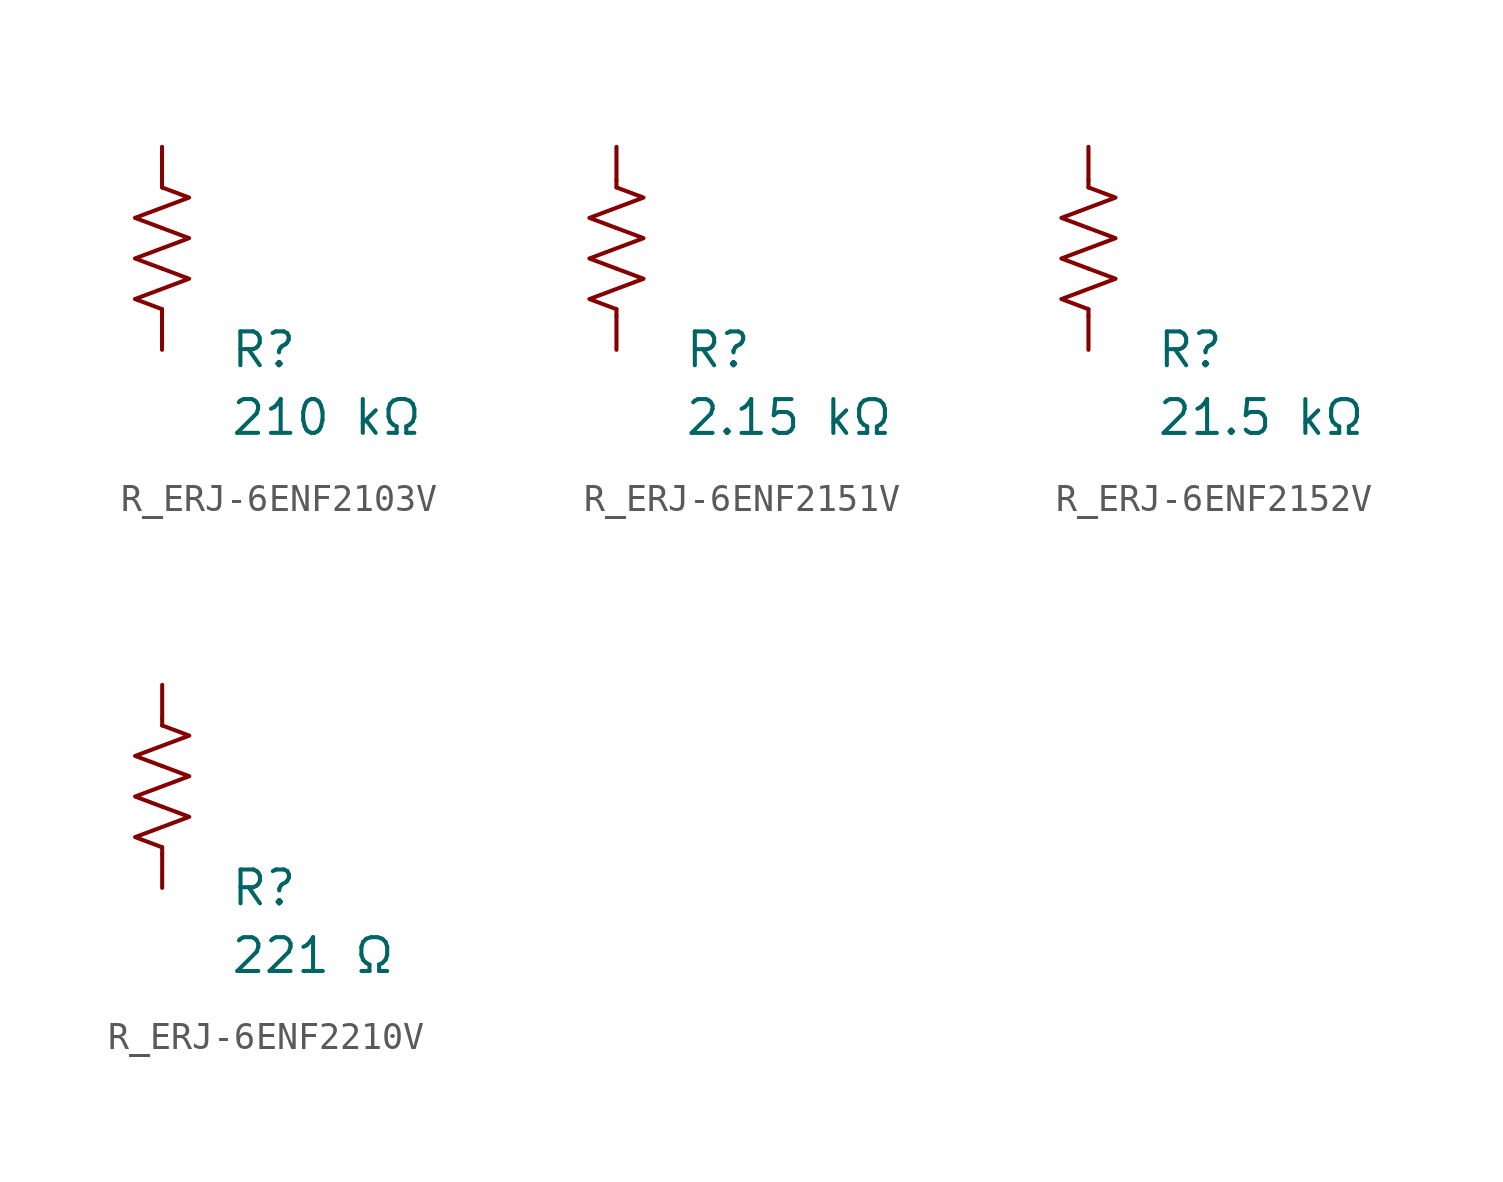
<source format=kicad_sym>
(kicad_symbol_lib
  (version 20231120)
  (generator "kicad_symbol_editor")
  (generator_version "8.0")
  (symbol "R_ERJ-6ENF2103V"
    (pin_numbers hide)
    (pin_names
      (offset 0))
    (property "Reference" "R"
      (at 2.54 -3.81 0)
      (effects (font (size 1.27 1.27)) (justify left))
      (show_name no))
    (property "Value" "210 kΩ"
      (at 2.54 -6.35 0)
      (effects (font (size 1.27 1.27)) (justify left))
      (show_name no))
    (symbol "R_ERJ-6ENF2103V_0_1"
      (polyline (pts (xy 0 -2.286) (xy 0 -2.54)) (stroke (width 0) (type default)) (fill (type none)))
      (polyline (pts (xy 0 2.286) (xy 0 2.54)) (stroke (width 0) (type default)) (fill (type none)))
      (polyline (pts (xy 0 -0.762) (xy 1.016 -1.143) (xy 0 -1.524) (xy -1.016 -1.905) (xy 0 -2.286)) (stroke (width 0) (type default)) (fill (type none)))
      (polyline (pts (xy 0 0.762) (xy 1.016 0.381) (xy 0 0) (xy -1.016 -0.381) (xy 0 -0.762)) (stroke (width 0) (type default)) (fill (type none)))
      (polyline (pts (xy 0 2.286) (xy 1.016 1.905) (xy 0 1.524) (xy -1.016 1.143) (xy 0 0.762)) (stroke (width 0) (type default)) (fill (type none))))
    (symbol "R_ERJ-6ENF2103V_1_1"
      (pin passive line (at 0 3.81 270) (length 1.27) (name "~" (effects (font (size 1.27 1.27)))) (number "1" (effects (font (size 1.27 1.27)))))
      (pin passive line (at 0 -3.81 90) (length 1.27) (name "~" (effects (font (size 1.27 1.27)))) (number "2" (effects (font (size 1.27 1.27)))))))
  (symbol "R_ERJ-6ENF2151V"
    (pin_numbers hide)
    (pin_names
      (offset 0))
    (property "Reference" "R"
      (at 2.54 -3.81 0)
      (effects (font (size 1.27 1.27)) (justify left))
      (show_name no))
    (property "Value" "2.15 kΩ"
      (at 2.54 -6.35 0)
      (effects (font (size 1.27 1.27)) (justify left))
      (show_name no))
    (symbol "R_ERJ-6ENF2151V_0_1"
      (polyline (pts (xy 0 -2.286) (xy 0 -2.54)) (stroke (width 0) (type default)) (fill (type none)))
      (polyline (pts (xy 0 2.286) (xy 0 2.54)) (stroke (width 0) (type default)) (fill (type none)))
      (polyline (pts (xy 0 -0.762) (xy 1.016 -1.143) (xy 0 -1.524) (xy -1.016 -1.905) (xy 0 -2.286)) (stroke (width 0) (type default)) (fill (type none)))
      (polyline (pts (xy 0 0.762) (xy 1.016 0.381) (xy 0 0) (xy -1.016 -0.381) (xy 0 -0.762)) (stroke (width 0) (type default)) (fill (type none)))
      (polyline (pts (xy 0 2.286) (xy 1.016 1.905) (xy 0 1.524) (xy -1.016 1.143) (xy 0 0.762)) (stroke (width 0) (type default)) (fill (type none))))
    (symbol "R_ERJ-6ENF2151V_1_1"
      (pin passive line (at 0 3.81 270) (length 1.27) (name "~" (effects (font (size 1.27 1.27)))) (number "1" (effects (font (size 1.27 1.27)))))
      (pin passive line (at 0 -3.81 90) (length 1.27) (name "~" (effects (font (size 1.27 1.27)))) (number "2" (effects (font (size 1.27 1.27)))))))
  (symbol "R_ERJ-6ENF2152V"
    (pin_numbers hide)
    (pin_names
      (offset 0))
    (property "Reference" "R"
      (at 2.54 -3.81 0)
      (effects (font (size 1.27 1.27)) (justify left))
      (show_name no))
    (property "Value" "21.5 kΩ"
      (at 2.54 -6.35 0)
      (effects (font (size 1.27 1.27)) (justify left))
      (show_name no))
    (symbol "R_ERJ-6ENF2152V_0_1"
      (polyline (pts (xy 0 -2.286) (xy 0 -2.54)) (stroke (width 0) (type default)) (fill (type none)))
      (polyline (pts (xy 0 2.286) (xy 0 2.54)) (stroke (width 0) (type default)) (fill (type none)))
      (polyline (pts (xy 0 -0.762) (xy 1.016 -1.143) (xy 0 -1.524) (xy -1.016 -1.905) (xy 0 -2.286)) (stroke (width 0) (type default)) (fill (type none)))
      (polyline (pts (xy 0 0.762) (xy 1.016 0.381) (xy 0 0) (xy -1.016 -0.381) (xy 0 -0.762)) (stroke (width 0) (type default)) (fill (type none)))
      (polyline (pts (xy 0 2.286) (xy 1.016 1.905) (xy 0 1.524) (xy -1.016 1.143) (xy 0 0.762)) (stroke (width 0) (type default)) (fill (type none))))
    (symbol "R_ERJ-6ENF2152V_1_1"
      (pin passive line (at 0 3.81 270) (length 1.27) (name "~" (effects (font (size 1.27 1.27)))) (number "1" (effects (font (size 1.27 1.27)))))
      (pin passive line (at 0 -3.81 90) (length 1.27) (name "~" (effects (font (size 1.27 1.27)))) (number "2" (effects (font (size 1.27 1.27)))))))
  (symbol "R_ERJ-6ENF2210V"
    (pin_numbers hide)
    (pin_names
      (offset 0))
    (property "Reference" "R"
      (at 2.54 -3.81 0)
      (effects (font (size 1.27 1.27)) (justify left))
      (show_name no))
    (property "Value" "221 Ω"
      (at 2.54 -6.35 0)
      (effects (font (size 1.27 1.27)) (justify left))
      (show_name no))
    (symbol "R_ERJ-6ENF2210V_0_1"
      (polyline (pts (xy 0 -2.286) (xy 0 -2.54)) (stroke (width 0) (type default)) (fill (type none)))
      (polyline (pts (xy 0 2.286) (xy 0 2.54)) (stroke (width 0) (type default)) (fill (type none)))
      (polyline (pts (xy 0 -0.762) (xy 1.016 -1.143) (xy 0 -1.524) (xy -1.016 -1.905) (xy 0 -2.286)) (stroke (width 0) (type default)) (fill (type none)))
      (polyline (pts (xy 0 0.762) (xy 1.016 0.381) (xy 0 0) (xy -1.016 -0.381) (xy 0 -0.762)) (stroke (width 0) (type default)) (fill (type none)))
      (polyline (pts (xy 0 2.286) (xy 1.016 1.905) (xy 0 1.524) (xy -1.016 1.143) (xy 0 0.762)) (stroke (width 0) (type default)) (fill (type none))))
    (symbol "R_ERJ-6ENF2210V_1_1"
      (pin passive line (at 0 3.81 270) (length 1.27) (name "~" (effects (font (size 1.27 1.27)))) (number "1" (effects (font (size 1.27 1.27)))))
      (pin passive line (at 0 -3.81 90) (length 1.27) (name "~" (effects (font (size 1.27 1.27)))) (number "2" (effects (font (size 1.27 1.27))))))))
</source>
